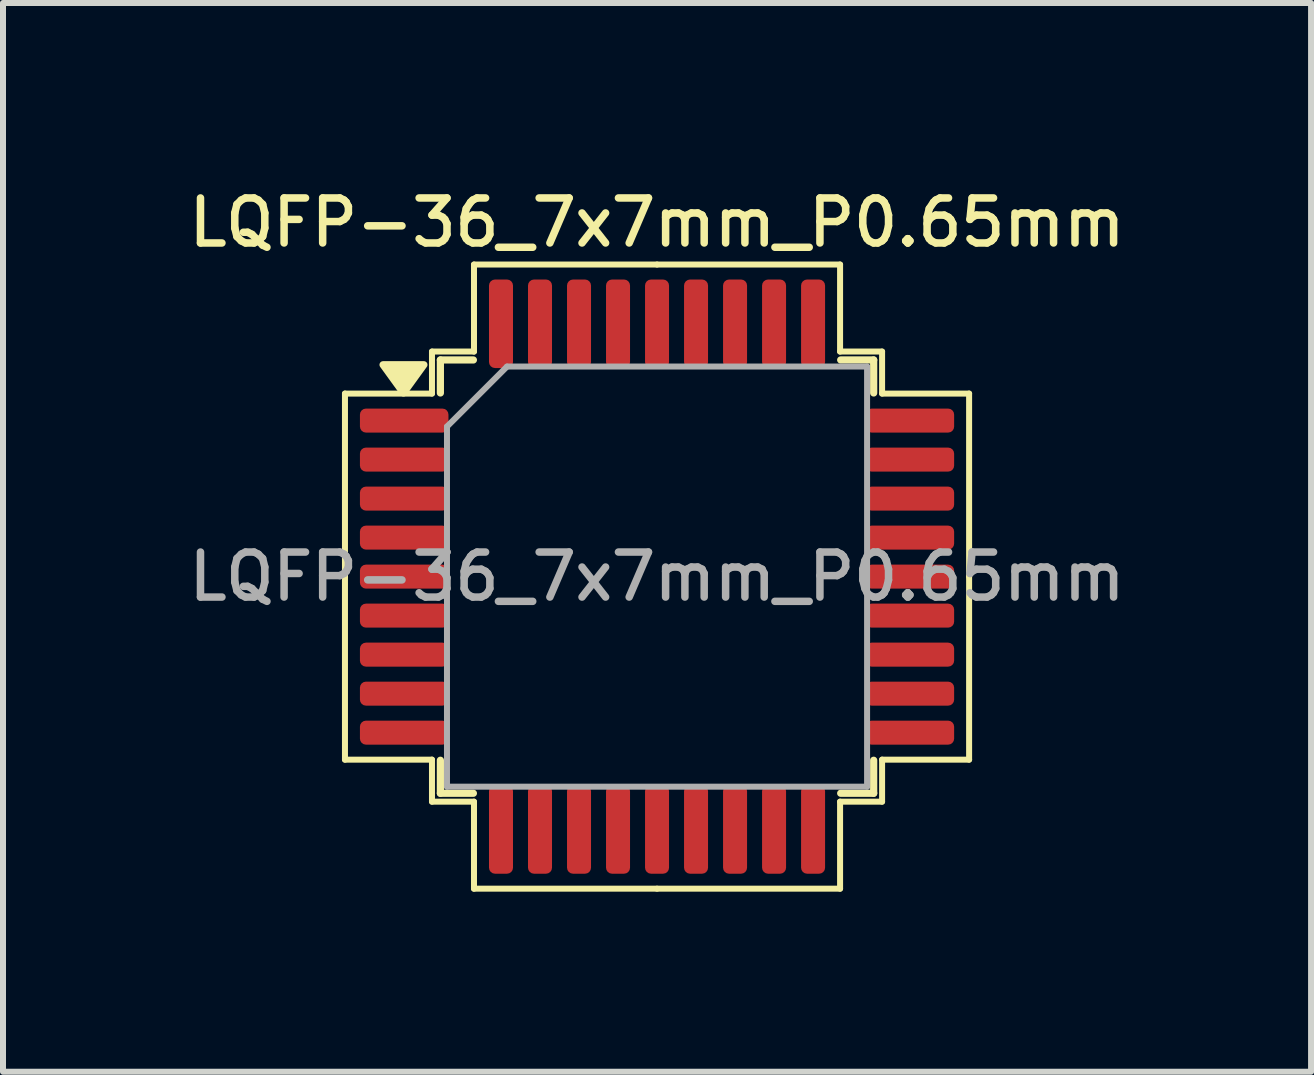
<source format=kicad_pcb>
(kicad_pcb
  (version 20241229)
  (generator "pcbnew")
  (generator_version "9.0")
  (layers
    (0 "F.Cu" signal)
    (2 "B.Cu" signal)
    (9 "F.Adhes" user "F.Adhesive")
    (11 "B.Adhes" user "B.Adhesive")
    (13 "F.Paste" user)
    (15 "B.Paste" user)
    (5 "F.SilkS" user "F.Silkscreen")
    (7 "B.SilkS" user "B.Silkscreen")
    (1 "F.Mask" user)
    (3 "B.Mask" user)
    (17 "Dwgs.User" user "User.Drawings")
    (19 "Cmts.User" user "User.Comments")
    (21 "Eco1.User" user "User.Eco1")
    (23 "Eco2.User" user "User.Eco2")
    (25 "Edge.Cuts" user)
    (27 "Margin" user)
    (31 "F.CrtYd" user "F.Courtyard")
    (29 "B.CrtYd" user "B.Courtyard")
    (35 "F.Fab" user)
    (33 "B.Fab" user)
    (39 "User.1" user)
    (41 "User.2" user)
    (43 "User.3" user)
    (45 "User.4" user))
  (footprint "LQFP-36_7x7mm_P0.65mm"
    (layer "F.Cu")
    (at 7.898 6.558)
    (property "Reference" "LQFP-36_7x7mm_P0.65mm" (at 0 -5.9 0) (layer "F.SilkS") (effects (font (size 0.75 0.75) (thickness 0.125))))
    (attr smd)
    (fp_line (start -5.2 -3.05) (end -5.2 0) (stroke (width 0.1) (type solid)) (layer "F.SilkS"))
    (fp_line (start -5.2 3.05) (end -5.2 0) (stroke (width 0.1) (type solid)) (layer "F.SilkS"))
    (fp_line (start -3.75 -3.75) (end -3.75 -3.05) (stroke (width 0.1) (type solid)) (layer "F.SilkS"))
    (fp_line (start -3.75 -3.05) (end -5.2 -3.05) (stroke (width 0.1) (type solid)) (layer "F.SilkS"))
    (fp_line (start -3.75 3.05) (end -5.2 3.05) (stroke (width 0.1) (type solid)) (layer "F.SilkS"))
    (fp_line (start -3.75 3.75) (end -3.75 3.05) (stroke (width 0.1) (type solid)) (layer "F.SilkS"))
    (fp_line (start -3.61 -3.61) (end -3.61 -3.06) (stroke (width 0.12) (type solid)) (layer "F.SilkS"))
    (fp_line (start -3.61 3.61) (end -3.61 3.06) (stroke (width 0.12) (type solid)) (layer "F.SilkS"))
    (fp_line (start -3.06 -3.61) (end -3.61 -3.61) (stroke (width 0.12) (type solid)) (layer "F.SilkS"))
    (fp_line (start -3.06 3.61) (end -3.61 3.61) (stroke (width 0.12) (type solid)) (layer "F.SilkS"))
    (fp_line (start -3.05 -5.2) (end -3.05 -3.75) (stroke (width 0.1) (type solid)) (layer "F.SilkS"))
    (fp_line (start -3.05 -3.75) (end -3.75 -3.75) (stroke (width 0.1) (type solid)) (layer "F.SilkS"))
    (fp_line (start -3.05 3.75) (end -3.75 3.75) (stroke (width 0.1) (type solid)) (layer "F.SilkS"))
    (fp_line (start -3.05 5.2) (end -3.05 3.75) (stroke (width 0.1) (type solid)) (layer "F.SilkS"))
    (fp_line (start 0 -5.2) (end -3.05 -5.2) (stroke (width 0.1) (type solid)) (layer "F.SilkS"))
    (fp_line (start 0 -5.2) (end 3.05 -5.2) (stroke (width 0.1) (type solid)) (layer "F.SilkS"))
    (fp_line (start 0 5.2) (end -3.05 5.2) (stroke (width 0.1) (type solid)) (layer "F.SilkS"))
    (fp_line (start 0 5.2) (end 3.05 5.2) (stroke (width 0.1) (type solid)) (layer "F.SilkS"))
    (fp_line (start 3.05 -5.2) (end 3.05 -3.75) (stroke (width 0.1) (type solid)) (layer "F.SilkS"))
    (fp_line (start 3.05 -3.75) (end 3.75 -3.75) (stroke (width 0.1) (type solid)) (layer "F.SilkS"))
    (fp_line (start 3.05 3.75) (end 3.75 3.75) (stroke (width 0.1) (type solid)) (layer "F.SilkS"))
    (fp_line (start 3.05 5.2) (end 3.05 3.75) (stroke (width 0.1) (type solid)) (layer "F.SilkS"))
    (fp_line (start 3.06 -3.61) (end 3.61 -3.61) (stroke (width 0.12) (type solid)) (layer "F.SilkS"))
    (fp_line (start 3.06 3.61) (end 3.61 3.61) (stroke (width 0.12) (type solid)) (layer "F.SilkS"))
    (fp_line (start 3.61 -3.61) (end 3.61 -3.06) (stroke (width 0.12) (type solid)) (layer "F.SilkS"))
    (fp_line (start 3.61 3.61) (end 3.61 3.06) (stroke (width 0.12) (type solid)) (layer "F.SilkS"))
    (fp_line (start 3.75 -3.75) (end 3.75 -3.05) (stroke (width 0.1) (type solid)) (layer "F.SilkS"))
    (fp_line (start 3.75 -3.05) (end 5.2 -3.05) (stroke (width 0.1) (type solid)) (layer "F.SilkS"))
    (fp_line (start 3.75 3.05) (end 5.2 3.05) (stroke (width 0.1) (type solid)) (layer "F.SilkS"))
    (fp_line (start 3.75 3.75) (end 3.75 3.05) (stroke (width 0.1) (type solid)) (layer "F.SilkS"))
    (fp_line (start 5.2 -3.05) (end 5.2 0) (stroke (width 0.1) (type solid)) (layer "F.SilkS"))
    (fp_line (start 5.2 3.05) (end 5.2 0) (stroke (width 0.1) (type solid)) (layer "F.SilkS"))
    (fp_poly (pts (xy -4.225 -3.06) (xy -4.565 -3.53) (xy -3.885 -3.53) (xy -4.225 -3.06)) (stroke (width 0.12) (type solid)) (fill yes) (layer "F.SilkS"))
    (fp_line (start -3.5 -2.5) (end -2.5 -3.5) (stroke (width 0.1) (type solid)) (layer "F.Fab"))
    (fp_line (start -3.5 3.5) (end -3.5 -2.5) (stroke (width 0.1) (type solid)) (layer "F.Fab"))
    (fp_line (start -2.5 -3.5) (end 3.5 -3.5) (stroke (width 0.1) (type solid)) (layer "F.Fab"))
    (fp_line (start 3.5 -3.5) (end 3.5 3.5) (stroke (width 0.1) (type solid)) (layer "F.Fab"))
    (fp_line (start 3.5 3.5) (end -3.5 3.5) (stroke (width 0.1) (type solid)) (layer "F.Fab"))
    (fp_text user "${REFERENCE}" (at 0 0 0) (layer "F.Fab") (effects (font (size 0.75 0.75) (thickness 0.125))))
    (pad "1" smd roundrect (at -4.213 -2.6) (size 1.475 0.4) (layers "F.Cu" "F.Mask" "F.Paste") (roundrect_rratio 0.25))
    (pad "2" smd roundrect (at -4.213 -1.95) (size 1.475 0.4) (layers "F.Cu" "F.Mask" "F.Paste") (roundrect_rratio 0.25))
    (pad "3" smd roundrect (at -4.213 -1.3) (size 1.475 0.4) (layers "F.Cu" "F.Mask" "F.Paste") (roundrect_rratio 0.25))
    (pad "4" smd roundrect (at -4.213 -0.65) (size 1.475 0.4) (layers "F.Cu" "F.Mask" "F.Paste") (roundrect_rratio 0.25))
    (pad "5" smd roundrect (at -4.213 0) (size 1.475 0.4) (layers "F.Cu" "F.Mask" "F.Paste") (roundrect_rratio 0.25))
    (pad "6" smd roundrect (at -4.213 0.65) (size 1.475 0.4) (layers "F.Cu" "F.Mask" "F.Paste") (roundrect_rratio 0.25))
    (pad "7" smd roundrect (at -4.213 1.3) (size 1.475 0.4) (layers "F.Cu" "F.Mask" "F.Paste") (roundrect_rratio 0.25))
    (pad "8" smd roundrect (at -4.213 1.95) (size 1.475 0.4) (layers "F.Cu" "F.Mask" "F.Paste") (roundrect_rratio 0.25))
    (pad "9" smd roundrect (at -4.213 2.6) (size 1.475 0.4) (layers "F.Cu" "F.Mask" "F.Paste") (roundrect_rratio 0.25))
    (pad "10" smd roundrect (at -2.6 4.213) (size 0.4 1.475) (layers "F.Cu" "F.Mask" "F.Paste") (roundrect_rratio 0.25))
    (pad "11" smd roundrect (at -1.95 4.213) (size 0.4 1.475) (layers "F.Cu" "F.Mask" "F.Paste") (roundrect_rratio 0.25))
    (pad "12" smd roundrect (at -1.3 4.213) (size 0.4 1.475) (layers "F.Cu" "F.Mask" "F.Paste") (roundrect_rratio 0.25))
    (pad "13" smd roundrect (at -0.65 4.213) (size 0.4 1.475) (layers "F.Cu" "F.Mask" "F.Paste") (roundrect_rratio 0.25))
    (pad "14" smd roundrect (at 0 4.213) (size 0.4 1.475) (layers "F.Cu" "F.Mask" "F.Paste") (roundrect_rratio 0.25))
    (pad "15" smd roundrect (at 0.65 4.213) (size 0.4 1.475) (layers "F.Cu" "F.Mask" "F.Paste") (roundrect_rratio 0.25))
    (pad "16" smd roundrect (at 1.3 4.213) (size 0.4 1.475) (layers "F.Cu" "F.Mask" "F.Paste") (roundrect_rratio 0.25))
    (pad "17" smd roundrect (at 1.95 4.213) (size 0.4 1.475) (layers "F.Cu" "F.Mask" "F.Paste") (roundrect_rratio 0.25))
    (pad "18" smd roundrect (at 2.6 4.213) (size 0.4 1.475) (layers "F.Cu" "F.Mask" "F.Paste") (roundrect_rratio 0.25))
    (pad "19" smd roundrect (at 4.213 2.6) (size 1.475 0.4) (layers "F.Cu" "F.Mask" "F.Paste") (roundrect_rratio 0.25))
    (pad "20" smd roundrect (at 4.213 1.95) (size 1.475 0.4) (layers "F.Cu" "F.Mask" "F.Paste") (roundrect_rratio 0.25))
    (pad "21" smd roundrect (at 4.213 1.3) (size 1.475 0.4) (layers "F.Cu" "F.Mask" "F.Paste") (roundrect_rratio 0.25))
    (pad "22" smd roundrect (at 4.213 0.65) (size 1.475 0.4) (layers "F.Cu" "F.Mask" "F.Paste") (roundrect_rratio 0.25))
    (pad "23" smd roundrect (at 4.213 0) (size 1.475 0.4) (layers "F.Cu" "F.Mask" "F.Paste") (roundrect_rratio 0.25))
    (pad "24" smd roundrect (at 4.213 -0.65) (size 1.475 0.4) (layers "F.Cu" "F.Mask" "F.Paste") (roundrect_rratio 0.25))
    (pad "25" smd roundrect (at 4.213 -1.3) (size 1.475 0.4) (layers "F.Cu" "F.Mask" "F.Paste") (roundrect_rratio 0.25))
    (pad "26" smd roundrect (at 4.213 -1.95) (size 1.475 0.4) (layers "F.Cu" "F.Mask" "F.Paste") (roundrect_rratio 0.25))
    (pad "27" smd roundrect (at 4.213 -2.6) (size 1.475 0.4) (layers "F.Cu" "F.Mask" "F.Paste") (roundrect_rratio 0.25))
    (pad "28" smd roundrect (at 2.6 -4.213) (size 0.4 1.475) (layers "F.Cu" "F.Mask" "F.Paste") (roundrect_rratio 0.25))
    (pad "29" smd roundrect (at 1.95 -4.213) (size 0.4 1.475) (layers "F.Cu" "F.Mask" "F.Paste") (roundrect_rratio 0.25))
    (pad "30" smd roundrect (at 1.3 -4.213) (size 0.4 1.475) (layers "F.Cu" "F.Mask" "F.Paste") (roundrect_rratio 0.25))
    (pad "31" smd roundrect (at 0.65 -4.213) (size 0.4 1.475) (layers "F.Cu" "F.Mask" "F.Paste") (roundrect_rratio 0.25))
    (pad "32" smd roundrect (at 0 -4.213) (size 0.4 1.475) (layers "F.Cu" "F.Mask" "F.Paste") (roundrect_rratio 0.25))
    (pad "33" smd roundrect (at -0.65 -4.213) (size 0.4 1.475) (layers "F.Cu" "F.Mask" "F.Paste") (roundrect_rratio 0.25))
    (pad "34" smd roundrect (at -1.3 -4.213) (size 0.4 1.475) (layers "F.Cu" "F.Mask" "F.Paste") (roundrect_rratio 0.25))
    (pad "35" smd roundrect (at -1.95 -4.213) (size 0.4 1.475) (layers "F.Cu" "F.Mask" "F.Paste") (roundrect_rratio 0.25))
    (pad "36" smd roundrect (at -2.6 -4.213) (size 0.4 1.475) (layers "F.Cu" "F.Mask" "F.Paste") (roundrect_rratio 0.25)))
  (gr_rect
    (start -3 -3)
    (end 18.796 14.808)
    (stroke (width 0.1) (type default))
    (fill no)
    (layer "Edge.Cuts")))
</source>
